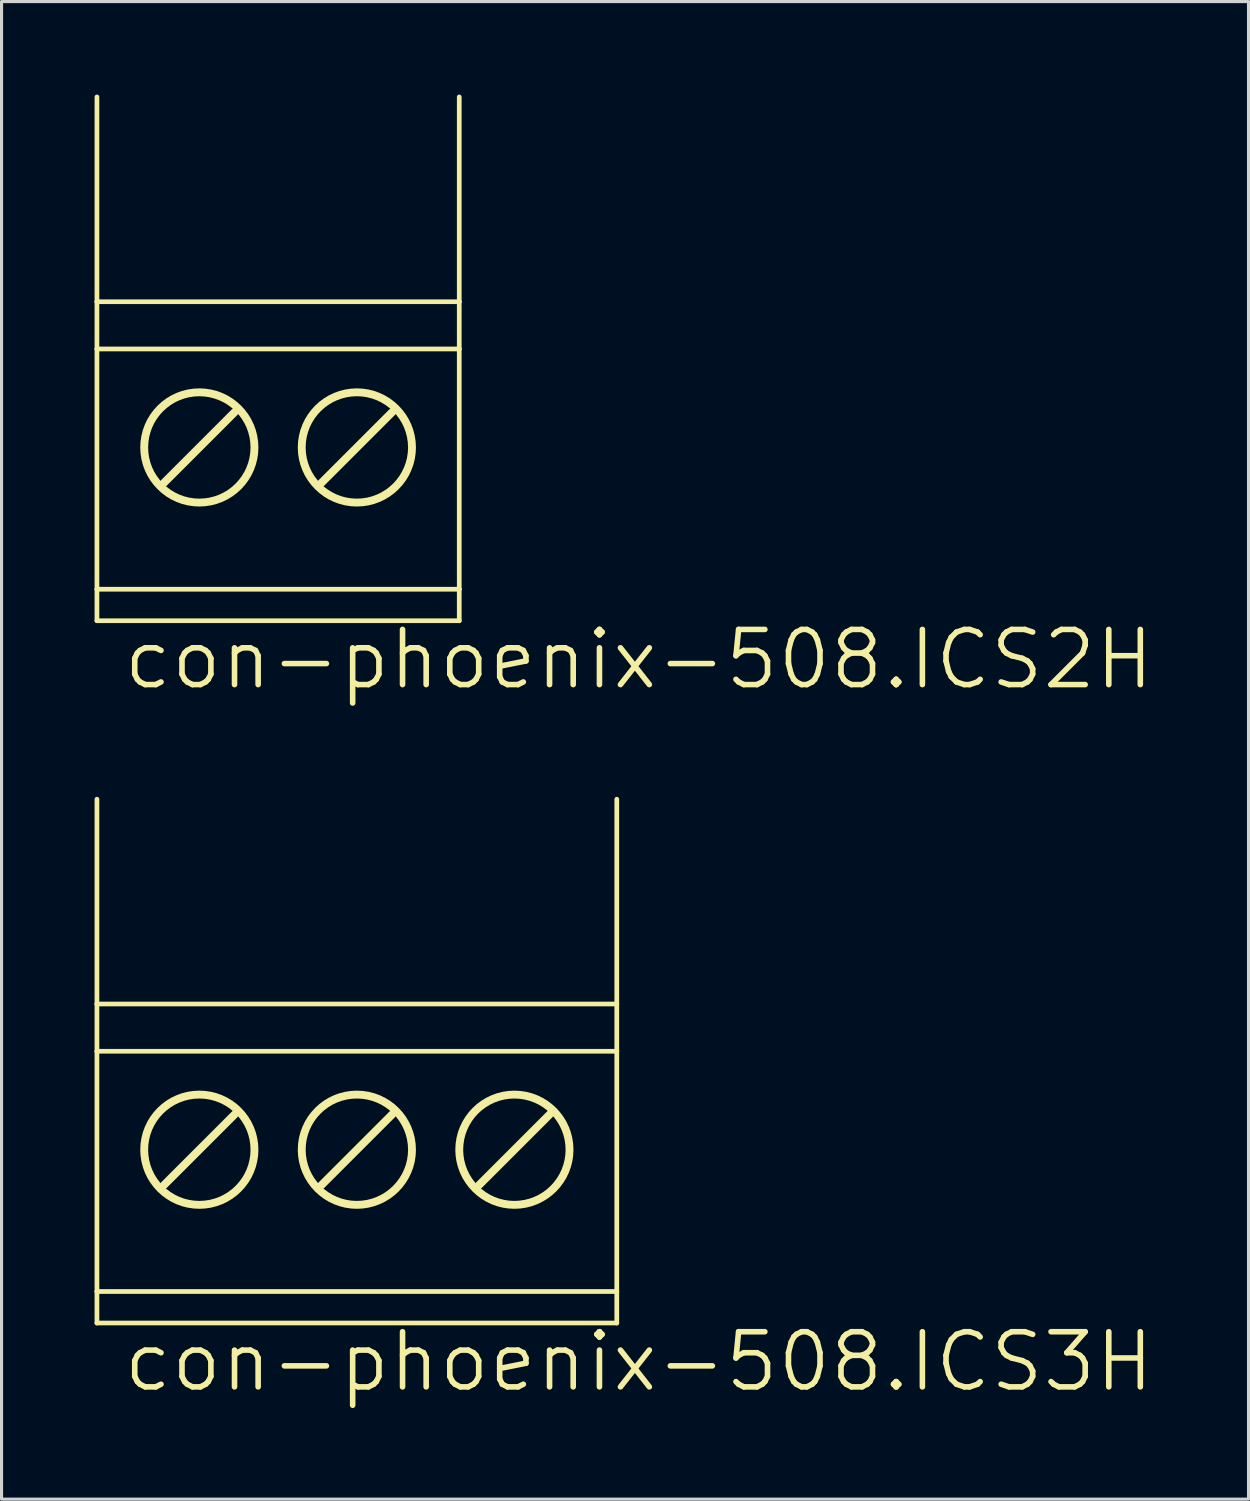
<source format=kicad_pcb>
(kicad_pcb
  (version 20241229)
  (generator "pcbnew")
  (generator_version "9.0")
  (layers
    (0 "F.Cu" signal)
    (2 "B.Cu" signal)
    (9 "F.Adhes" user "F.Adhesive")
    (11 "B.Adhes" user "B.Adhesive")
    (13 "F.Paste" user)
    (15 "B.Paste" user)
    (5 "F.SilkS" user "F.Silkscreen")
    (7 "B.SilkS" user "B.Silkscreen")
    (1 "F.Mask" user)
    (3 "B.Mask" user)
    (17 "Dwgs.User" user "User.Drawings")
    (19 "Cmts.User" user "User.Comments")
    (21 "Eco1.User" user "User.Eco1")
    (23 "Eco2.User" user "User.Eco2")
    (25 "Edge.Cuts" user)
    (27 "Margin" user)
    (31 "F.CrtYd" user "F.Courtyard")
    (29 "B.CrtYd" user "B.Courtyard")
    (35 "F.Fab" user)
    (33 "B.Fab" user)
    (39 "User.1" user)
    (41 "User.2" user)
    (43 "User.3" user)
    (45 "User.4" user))
  (footprint "con-phoenix-508.ICS3H"
    (layer "F.Cu")
    (at 8.458 32.756)
    (property "Reference" "con-phoenix-508.ICS3H" (at -7.62 9.144 0) (layer "F.SilkS") (effects (font (size 1.778 1.778) (thickness 0.18)) (justify left bottom)))
    (fp_line (start -8.382 -10.033) (end -8.382 -3.429) (stroke (width 0.152) (type default)) (layer "F.SilkS"))
    (fp_line (start -8.382 -3.429) (end -8.382 -1.905) (stroke (width 0.152) (type default)) (layer "F.SilkS"))
    (fp_line (start -8.382 -3.429) (end 8.382 -3.429) (stroke (width 0.152) (type default)) (layer "F.SilkS"))
    (fp_line (start -8.382 -1.905) (end -8.382 5.842) (stroke (width 0.152) (type default)) (layer "F.SilkS"))
    (fp_line (start -8.382 -1.905) (end 8.382 -1.905) (stroke (width 0.152) (type default)) (layer "F.SilkS"))
    (fp_line (start -8.382 5.842) (end -8.382 6.858) (stroke (width 0.152) (type default)) (layer "F.SilkS"))
    (fp_line (start -8.382 5.842) (end 8.382 5.842) (stroke (width 0.152) (type default)) (layer "F.SilkS"))
    (fp_line (start -8.382 6.858) (end 8.382 6.858) (stroke (width 0.152) (type default)) (layer "F.SilkS"))
    (fp_line (start -6.223 2.413) (end -3.937 0.127) (stroke (width 0.254) (type default)) (layer "F.SilkS"))
    (fp_line (start -1.143 2.413) (end 1.143 0.127) (stroke (width 0.254) (type default)) (layer "F.SilkS"))
    (fp_line (start 3.937 2.413) (end 6.223 0.127) (stroke (width 0.254) (type default)) (layer "F.SilkS"))
    (fp_line (start 8.382 -10.033) (end 8.382 -3.429) (stroke (width 0.152) (type default)) (layer "F.SilkS"))
    (fp_line (start 8.382 -3.429) (end 8.382 -1.905) (stroke (width 0.152) (type default)) (layer "F.SilkS"))
    (fp_line (start 8.382 -1.905) (end 8.382 5.842) (stroke (width 0.152) (type default)) (layer "F.SilkS"))
    (fp_line (start 8.382 5.842) (end 8.382 6.858) (stroke (width 0.152) (type default)) (layer "F.SilkS"))
    (fp_circle (center -5.08 1.27) (end -3.302 1.27) (stroke (width 0.254) (type default)) (fill no) (layer "F.SilkS"))
    (fp_circle (center 0 1.27) (end 1.778 1.27) (stroke (width 0.254) (type default)) (fill no) (layer "F.SilkS"))
    (fp_circle (center 5.08 1.27) (end 6.858 1.27) (stroke (width 0.254) (type default)) (fill no) (layer "F.SilkS")))
  (footprint "con-phoenix-508.ICS2H"
    (layer "F.Cu")
    (at 5.918 10.109)
    (property "Reference" "con-phoenix-508.ICS2H" (at -5.08 9.144 0) (layer "F.SilkS") (effects (font (size 1.778 1.778) (thickness 0.18)) (justify left bottom)))
    (fp_line (start -5.842 -10.033) (end -5.842 -3.429) (stroke (width 0.152) (type default)) (layer "F.SilkS"))
    (fp_line (start -5.842 -3.429) (end -5.842 -1.905) (stroke (width 0.152) (type default)) (layer "F.SilkS"))
    (fp_line (start -5.842 -3.429) (end 5.842 -3.429) (stroke (width 0.152) (type default)) (layer "F.SilkS"))
    (fp_line (start -5.842 -1.905) (end -5.842 5.842) (stroke (width 0.152) (type default)) (layer "F.SilkS"))
    (fp_line (start -5.842 -1.905) (end 5.842 -1.905) (stroke (width 0.152) (type default)) (layer "F.SilkS"))
    (fp_line (start -5.842 5.842) (end -5.842 6.858) (stroke (width 0.152) (type default)) (layer "F.SilkS"))
    (fp_line (start -5.842 5.842) (end 5.842 5.842) (stroke (width 0.152) (type default)) (layer "F.SilkS"))
    (fp_line (start -5.842 6.858) (end 5.842 6.858) (stroke (width 0.152) (type default)) (layer "F.SilkS"))
    (fp_line (start -3.683 2.413) (end -1.397 0.127) (stroke (width 0.254) (type default)) (layer "F.SilkS"))
    (fp_line (start 1.397 2.413) (end 3.683 0.127) (stroke (width 0.254) (type default)) (layer "F.SilkS"))
    (fp_line (start 5.842 -10.033) (end 5.842 -3.429) (stroke (width 0.152) (type default)) (layer "F.SilkS"))
    (fp_line (start 5.842 -3.429) (end 5.842 -1.905) (stroke (width 0.152) (type default)) (layer "F.SilkS"))
    (fp_line (start 5.842 -1.905) (end 5.842 5.842) (stroke (width 0.152) (type default)) (layer "F.SilkS"))
    (fp_line (start 5.842 5.842) (end 5.842 6.858) (stroke (width 0.152) (type default)) (layer "F.SilkS"))
    (fp_circle (center -2.54 1.27) (end -0.762 1.27) (stroke (width 0.254) (type default)) (fill no) (layer "F.SilkS"))
    (fp_circle (center 2.54 1.27) (end 4.318 1.27) (stroke (width 0.254) (type default)) (fill no) (layer "F.SilkS")))
  (gr_rect
    (start -3 -3)
    (end 37.212 45.295)
    (stroke (width 0.1) (type default))
    (fill no)
    (layer "Edge.Cuts")))
</source>
